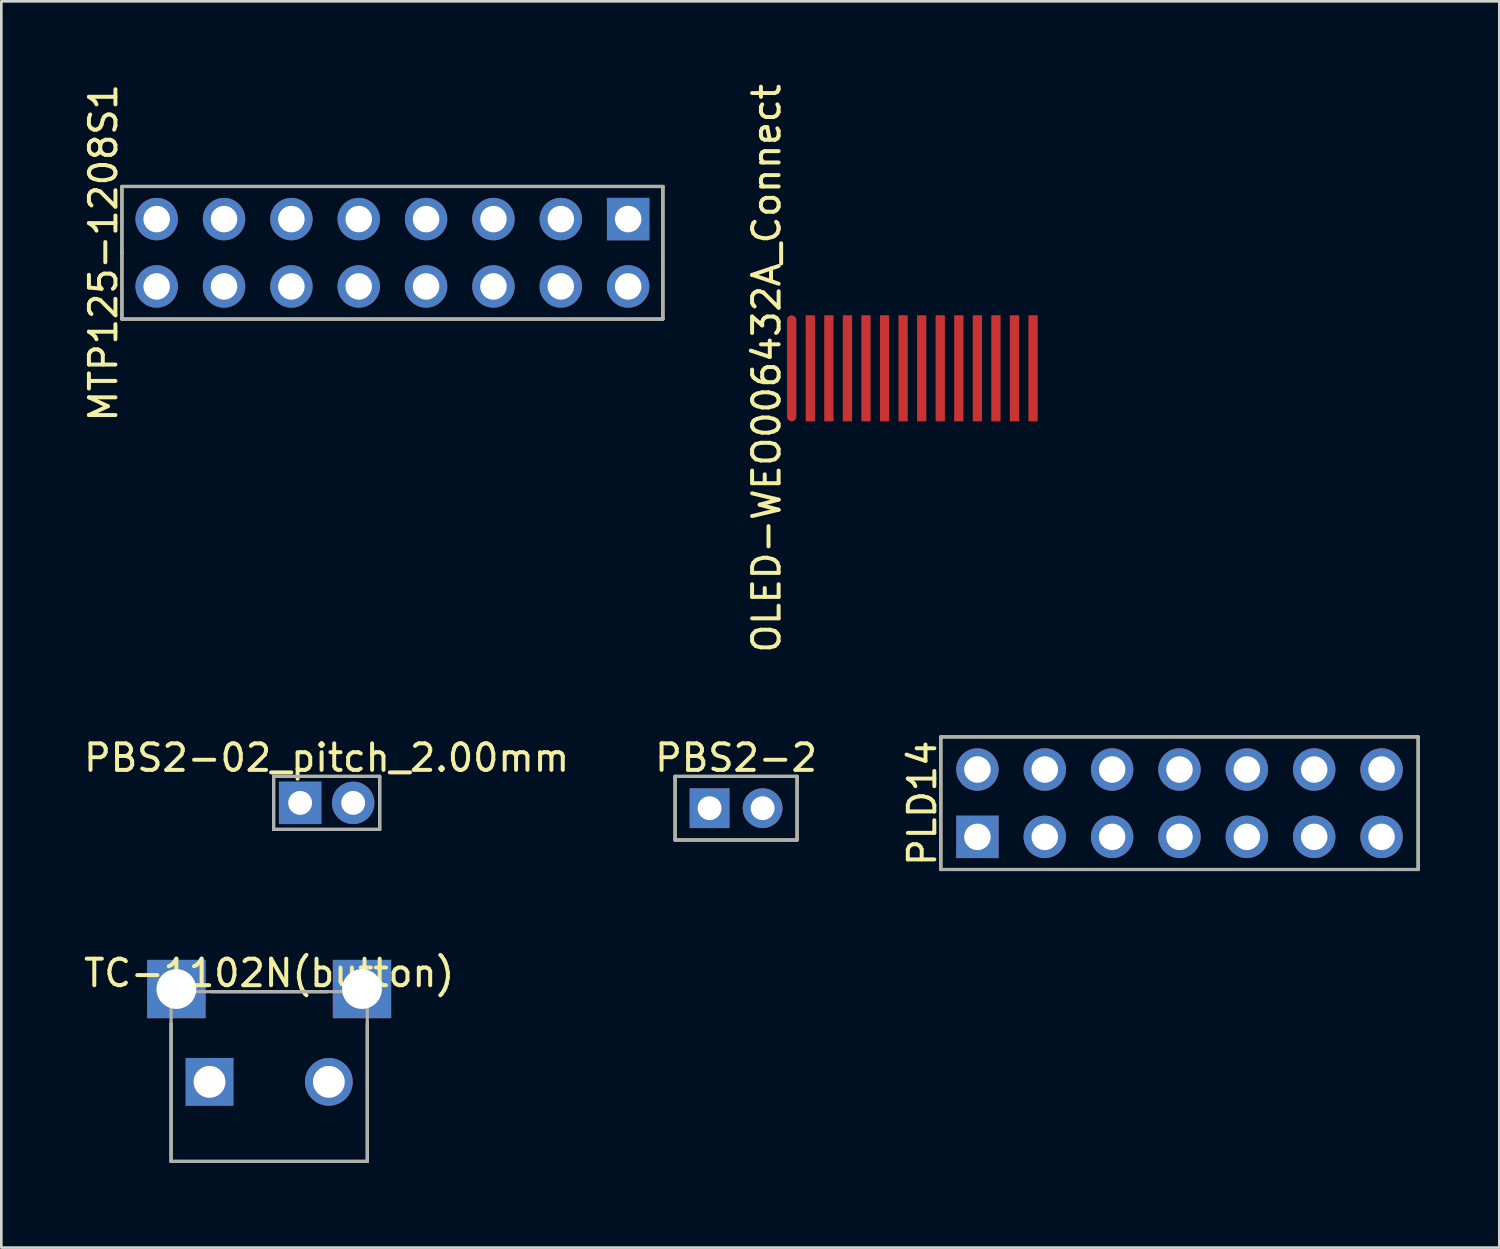
<source format=kicad_pcb>
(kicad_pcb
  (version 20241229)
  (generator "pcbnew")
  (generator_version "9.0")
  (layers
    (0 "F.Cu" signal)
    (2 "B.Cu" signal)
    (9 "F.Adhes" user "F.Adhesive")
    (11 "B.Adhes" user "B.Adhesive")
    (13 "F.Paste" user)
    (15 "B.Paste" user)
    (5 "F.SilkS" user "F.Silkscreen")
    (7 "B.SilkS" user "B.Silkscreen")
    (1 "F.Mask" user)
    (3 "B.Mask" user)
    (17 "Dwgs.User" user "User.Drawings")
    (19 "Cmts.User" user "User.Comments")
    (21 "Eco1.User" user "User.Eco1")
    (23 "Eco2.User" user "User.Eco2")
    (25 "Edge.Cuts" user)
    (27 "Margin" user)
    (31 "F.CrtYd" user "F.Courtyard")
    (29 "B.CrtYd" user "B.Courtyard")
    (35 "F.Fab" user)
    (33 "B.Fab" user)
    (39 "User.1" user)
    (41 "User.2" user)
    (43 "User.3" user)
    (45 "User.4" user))
  (footprint "PBS2-02_pitch_2.00mm"
    (layer "F.Cu")
    (at 9.268 27.227)
    (property "Reference" "PBS2-02_pitch_2.00mm" (at 0 -1.7 0) (layer "F.SilkS") (effects (font (size 1 1) (thickness 0.15))))
    (attr through_hole)
    (fp_line (start -2 -1) (end 2 -1) (stroke (width 0.12) (type solid)) (layer "F.SilkS"))
    (fp_line (start -2 1) (end -2 -1) (stroke (width 0.12) (type solid)) (layer "F.SilkS"))
    (fp_line (start 2 -1) (end 2 1) (stroke (width 0.12) (type solid)) (layer "F.SilkS"))
    (fp_line (start 2 1) (end -2 1) (stroke (width 0.12) (type solid)) (layer "F.SilkS"))
    (fp_line (start -2 -1) (end 2 -1) (stroke (width 0.12) (type solid)) (layer "F.Fab"))
    (fp_line (start -2 0) (end -2 -1) (stroke (width 0.12) (type solid)) (layer "F.Fab"))
    (fp_line (start -2 1) (end -2 0) (stroke (width 0.12) (type solid)) (layer "F.Fab"))
    (fp_line (start 2 -1) (end 2 1) (stroke (width 0.12) (type solid)) (layer "F.Fab"))
    (fp_line (start 2 1) (end -2 1) (stroke (width 0.12) (type solid)) (layer "F.Fab"))
    (pad "1" thru_hole rect (at -1 0) (size 1.6 1.6) (drill 0.9) (layers "*.Cu" "*.Mask"))
    (pad "2" thru_hole circle (at 1 0) (size 1.6 1.6) (drill 0.9) (layers "*.Cu" "*.Mask")))
  (footprint "OLED-WEO006432A_Connect"
    (layer "F.Cu")
    (at 31.357 10.839)
    (property "Reference" "OLED-WEO006432A_Connect" (at -5.5 0 90) (layer "F.SilkS") (effects (font (size 1 1) (thickness 0.15))))
    (attr smd)
    (pad "1" smd oval (at -4.55 0) (size 0.35 4) (layers "F.Cu" "F.Mask" "F.Paste"))
    (pad "2" smd rect (at -3.85 0) (size 0.35 4) (layers "F.Cu" "F.Mask" "F.Paste"))
    (pad "3" smd rect (at -3.15 0) (size 0.35 4) (layers "F.Cu" "F.Mask" "F.Paste"))
    (pad "4" smd rect (at -2.45 0) (size 0.35 4) (layers "F.Cu" "F.Mask" "F.Paste"))
    (pad "5" smd rect (at -1.75 0) (size 0.35 4) (layers "F.Cu" "F.Mask" "F.Paste"))
    (pad "6" smd rect (at -1.05 0) (size 0.35 4) (layers "F.Cu" "F.Mask" "F.Paste"))
    (pad "7" smd rect (at -0.35 0) (size 0.35 4) (layers "F.Cu" "F.Mask" "F.Paste"))
    (pad "8" smd rect (at 0.35 0) (size 0.35 4) (layers "F.Cu" "F.Mask" "F.Paste"))
    (pad "9" smd rect (at 1.05 0) (size 0.35 4) (layers "F.Cu" "F.Mask" "F.Paste"))
    (pad "10" smd rect (at 1.75 0) (size 0.35 4) (layers "F.Cu" "F.Mask" "F.Paste"))
    (pad "11" smd rect (at 2.45 0) (size 0.35 4) (layers "F.Cu" "F.Mask" "F.Paste"))
    (pad "12" smd rect (at 3.15 0) (size 0.35 4) (layers "F.Cu" "F.Mask" "F.Paste"))
    (pad "13" smd rect (at 3.85 0) (size 0.35 4) (layers "F.Cu" "F.Mask" "F.Paste"))
    (pad "14" smd rect (at 4.55 0) (size 0.35 4) (layers "F.Cu" "F.Mask" "F.Paste")))
  (footprint "MTP125-1208S1"
    (layer "F.Cu")
    (at 11.748 6.482)
    (property "Reference" "MTP125-1208S1" (at -10.9 0 90) (layer "F.SilkS") (effects (font (size 1 1) (thickness 0.15))))
    (attr through_hole)
    (fp_line (start -10.2 -2.5) (end 10.2 -2.5) (stroke (width 0.12) (type solid)) (layer "F.SilkS"))
    (fp_line (start -10.2 0) (end -10.2 -2.5) (stroke (width 0.12) (type solid)) (layer "F.SilkS"))
    (fp_line (start -10.2 2.5) (end -10.2 0) (stroke (width 0.12) (type solid)) (layer "F.SilkS"))
    (fp_line (start 10.2 -2.5) (end 10.2 2.5) (stroke (width 0.12) (type solid)) (layer "F.SilkS"))
    (fp_line (start 10.2 2.5) (end -10.2 2.5) (stroke (width 0.12) (type solid)) (layer "F.SilkS"))
    (fp_line (start -10.2 -2.5) (end 10.2 -2.5) (stroke (width 0.12) (type solid)) (layer "F.Fab"))
    (fp_line (start -10.2 2.5) (end -10.2 -2.5) (stroke (width 0.12) (type solid)) (layer "F.Fab"))
    (fp_line (start 10.2 -2.5) (end 10.2 2.5) (stroke (width 0.12) (type solid)) (layer "F.Fab"))
    (fp_line (start 10.2 2.5) (end -10.2 2.5) (stroke (width 0.12) (type solid)) (layer "F.Fab"))
    (pad "1" thru_hole rect (at 8.89 -1.27) (size 1.6 1.6) (drill 1) (layers "*.Cu" "*.Mask"))
    (pad "2" thru_hole circle (at 8.89 1.27) (size 1.6 1.6) (drill 1) (layers "*.Cu" "*.Mask"))
    (pad "3" thru_hole circle (at 6.35 -1.27) (size 1.6 1.6) (drill 1) (layers "*.Cu" "*.Mask"))
    (pad "4" thru_hole circle (at 6.35 1.27) (size 1.6 1.6) (drill 1) (layers "*.Cu" "*.Mask"))
    (pad "5" thru_hole circle (at 3.81 -1.27) (size 1.6 1.6) (drill 1) (layers "*.Cu" "*.Mask"))
    (pad "6" thru_hole circle (at 3.81 1.27) (size 1.6 1.6) (drill 1) (layers "*.Cu" "*.Mask"))
    (pad "7" thru_hole circle (at 1.27 -1.27) (size 1.6 1.6) (drill 1) (layers "*.Cu" "*.Mask"))
    (pad "8" thru_hole circle (at 1.27 1.27) (size 1.6 1.6) (drill 1) (layers "*.Cu" "*.Mask"))
    (pad "9" thru_hole circle (at -1.27 -1.27) (size 1.6 1.6) (drill 1) (layers "*.Cu" "*.Mask"))
    (pad "10" thru_hole circle (at -1.27 1.27) (size 1.6 1.6) (drill 1) (layers "*.Cu" "*.Mask"))
    (pad "11" thru_hole circle (at -3.81 -1.27) (size 1.6 1.6) (drill 1) (layers "*.Cu" "*.Mask"))
    (pad "12" thru_hole circle (at -3.81 1.27) (size 1.6 1.6) (drill 1) (layers "*.Cu" "*.Mask"))
    (pad "13" thru_hole circle (at -6.35 -1.27) (size 1.6 1.6) (drill 1) (layers "*.Cu" "*.Mask"))
    (pad "14" thru_hole circle (at -6.35 1.27) (size 1.6 1.6) (drill 1) (layers "*.Cu" "*.Mask"))
    (pad "15" thru_hole circle (at -8.89 -1.27) (size 1.6 1.6) (drill 1) (layers "*.Cu" "*.Mask"))
    (pad "16" thru_hole circle (at -8.89 1.27) (size 1.6 1.6) (drill 1) (layers "*.Cu" "*.Mask")))
  (footprint "PLD14"
    (layer "F.Cu")
    (at 41.429 27.239)
    (property "Reference" "PLD14" (at -9.7 0 90) (layer "F.SilkS") (effects (font (size 1 1) (thickness 0.15))))
    (attr through_hole)
    (fp_line (start -9 -2.5) (end 9 -2.5) (stroke (width 0.12) (type solid)) (layer "F.SilkS"))
    (fp_line (start -9 2.5) (end -9 -2.5) (stroke (width 0.12) (type solid)) (layer "F.SilkS"))
    (fp_line (start 9 -2.5) (end 9 2.5) (stroke (width 0.12) (type solid)) (layer "F.SilkS"))
    (fp_line (start 9 2.5) (end -9 2.5) (stroke (width 0.12) (type solid)) (layer "F.SilkS"))
    (fp_line (start -9 -2.5) (end 9 -2.5) (stroke (width 0.12) (type solid)) (layer "F.Fab"))
    (fp_line (start -9 0) (end -9 -2.5) (stroke (width 0.12) (type solid)) (layer "F.Fab"))
    (fp_line (start -9 2.5) (end -9 0) (stroke (width 0.12) (type solid)) (layer "F.Fab"))
    (fp_line (start 9 -2.5) (end 9 2.5) (stroke (width 0.12) (type solid)) (layer "F.Fab"))
    (fp_line (start 9 2.5) (end -9 2.5) (stroke (width 0.12) (type solid)) (layer "F.Fab"))
    (pad "1" thru_hole rect (at -7.62 1.27) (size 1.6 1.6) (drill 1) (layers "*.Cu" "*.Mask"))
    (pad "2" thru_hole circle (at -7.62 -1.27) (size 1.6 1.6) (drill 1) (layers "*.Cu" "*.Mask"))
    (pad "3" thru_hole circle (at -5.08 1.27) (size 1.6 1.6) (drill 1) (layers "*.Cu" "*.Mask"))
    (pad "4" thru_hole circle (at -5.08 -1.27) (size 1.6 1.6) (drill 1) (layers "*.Cu" "*.Mask"))
    (pad "5" thru_hole circle (at -2.54 1.27) (size 1.6 1.6) (drill 1) (layers "*.Cu" "*.Mask"))
    (pad "6" thru_hole circle (at -2.54 -1.27) (size 1.6 1.6) (drill 1) (layers "*.Cu" "*.Mask"))
    (pad "7" thru_hole circle (at 0 1.27) (size 1.6 1.6) (drill 1) (layers "*.Cu" "*.Mask"))
    (pad "8" thru_hole circle (at 0 -1.27) (size 1.6 1.6) (drill 1) (layers "*.Cu" "*.Mask"))
    (pad "9" thru_hole circle (at 2.54 1.27) (size 1.6 1.6) (drill 1) (layers "*.Cu" "*.Mask"))
    (pad "10" thru_hole circle (at 2.54 -1.27) (size 1.6 1.6) (drill 1) (layers "*.Cu" "*.Mask"))
    (pad "11" thru_hole circle (at 5.08 1.27) (size 1.6 1.6) (drill 1) (layers "*.Cu" "*.Mask"))
    (pad "12" thru_hole circle (at 5.08 -1.27) (size 1.6 1.6) (drill 1) (layers "*.Cu" "*.Mask"))
    (pad "13" thru_hole circle (at 7.62 1.27) (size 1.6 1.6) (drill 1) (layers "*.Cu" "*.Mask"))
    (pad "14" thru_hole circle (at 7.62 -1.27) (size 1.6 1.6) (drill 1) (layers "*.Cu" "*.Mask")))
  (footprint "PBS2-2"
    (layer "F.Cu")
    (at 24.708 27.427)
    (property "Reference" "PBS2-2" (at 0 -1.9 0) (layer "F.SilkS") (effects (font (size 1 1) (thickness 0.15))))
    (attr through_hole)
    (fp_line (start -2.3 -1.2) (end 2.3 -1.2) (stroke (width 0.12) (type solid)) (layer "F.SilkS"))
    (fp_line (start -2.3 -1.1) (end -2.3 -1.2) (stroke (width 0.12) (type solid)) (layer "F.SilkS"))
    (fp_line (start -2.3 1.2) (end -2.3 -1.1) (stroke (width 0.12) (type solid)) (layer "F.SilkS"))
    (fp_line (start 2.3 -1.2) (end 2.3 1.2) (stroke (width 0.12) (type solid)) (layer "F.SilkS"))
    (fp_line (start 2.3 1.2) (end -2.3 1.2) (stroke (width 0.12) (type solid)) (layer "F.SilkS"))
    (fp_line (start -2.3 -1.2) (end 2.3 -1.2) (stroke (width 0.12) (type solid)) (layer "F.Fab"))
    (fp_line (start -2.3 1.2) (end -2.3 -1.2) (stroke (width 0.12) (type solid)) (layer "F.Fab"))
    (fp_line (start 2.3 -1.2) (end 2.3 1.2) (stroke (width 0.12) (type solid)) (layer "F.Fab"))
    (fp_line (start 2.3 1.2) (end -2.3 1.2) (stroke (width 0.12) (type solid)) (layer "F.Fab"))
    (pad "1" thru_hole rect (at -1 0) (size 1.5 1.5) (drill 0.9) (layers "*.Cu" "*.Mask"))
    (pad "2" thru_hole circle (at 1 0) (size 1.5 1.5) (drill 0.9) (layers "*.Cu" "*.Mask")))
  (footprint "TC-1102N(button)"
    (layer "F.Cu")
    (at 7.101 40.747)
    (property "Reference" "TC-1102N(button)" (at 0 -7.1 0) (layer "F.SilkS") (effects (font (size 1 1) (thickness 0.15))))
    (attr through_hole)
    (fp_line (start -3.7 -5.2) (end -3.7 0) (stroke (width 0.12) (type solid)) (layer "F.SilkS"))
    (fp_line (start -3.7 0) (end 3.7 0) (stroke (width 0.12) (type solid)) (layer "F.SilkS"))
    (fp_line (start 2.2 -6.4) (end -2.2 -6.4) (stroke (width 0.12) (type solid)) (layer "F.SilkS"))
    (fp_line (start 3.7 0) (end 3.7 -5.2) (stroke (width 0.12) (type solid)) (layer "F.SilkS"))
    (fp_line (start -3.7 -6.4) (end -3.7 0) (stroke (width 0.12) (type solid)) (layer "F.Fab"))
    (fp_line (start -3.7 0) (end 3.7 0) (stroke (width 0.12) (type solid)) (layer "F.Fab"))
    (fp_line (start 3.7 -6.4) (end -3.7 -6.4) (stroke (width 0.12) (type solid)) (layer "F.Fab"))
    (fp_line (start 3.7 0) (end 3.7 -6.4) (stroke (width 0.12) (type solid)) (layer "F.Fab"))
    (pad "1" thru_hole rect (at -2.25 -3) (size 1.8 1.8) (drill 1.2) (layers "*.Cu" "*.Mask"))
    (pad "2" thru_hole circle (at 2.25 -3) (size 1.8 1.8) (drill 1.2) (layers "*.Cu" "*.Mask"))
    (pad "3" thru_hole rect (at -3.5 -6.5) (size 2.2 2.2) (drill 1.5) (layers "*.Cu" "*.Mask"))
    (pad "4" thru_hole rect (at 3.5 -6.5) (size 2.2 2.2) (drill 1.5) (layers "*.Cu" "*.Mask")))
  (gr_rect
    (start -3 -3)
    (end 53.489 43.997)
    (stroke (width 0.1) (type default))
    (fill no)
    (layer "Edge.Cuts")))
</source>
